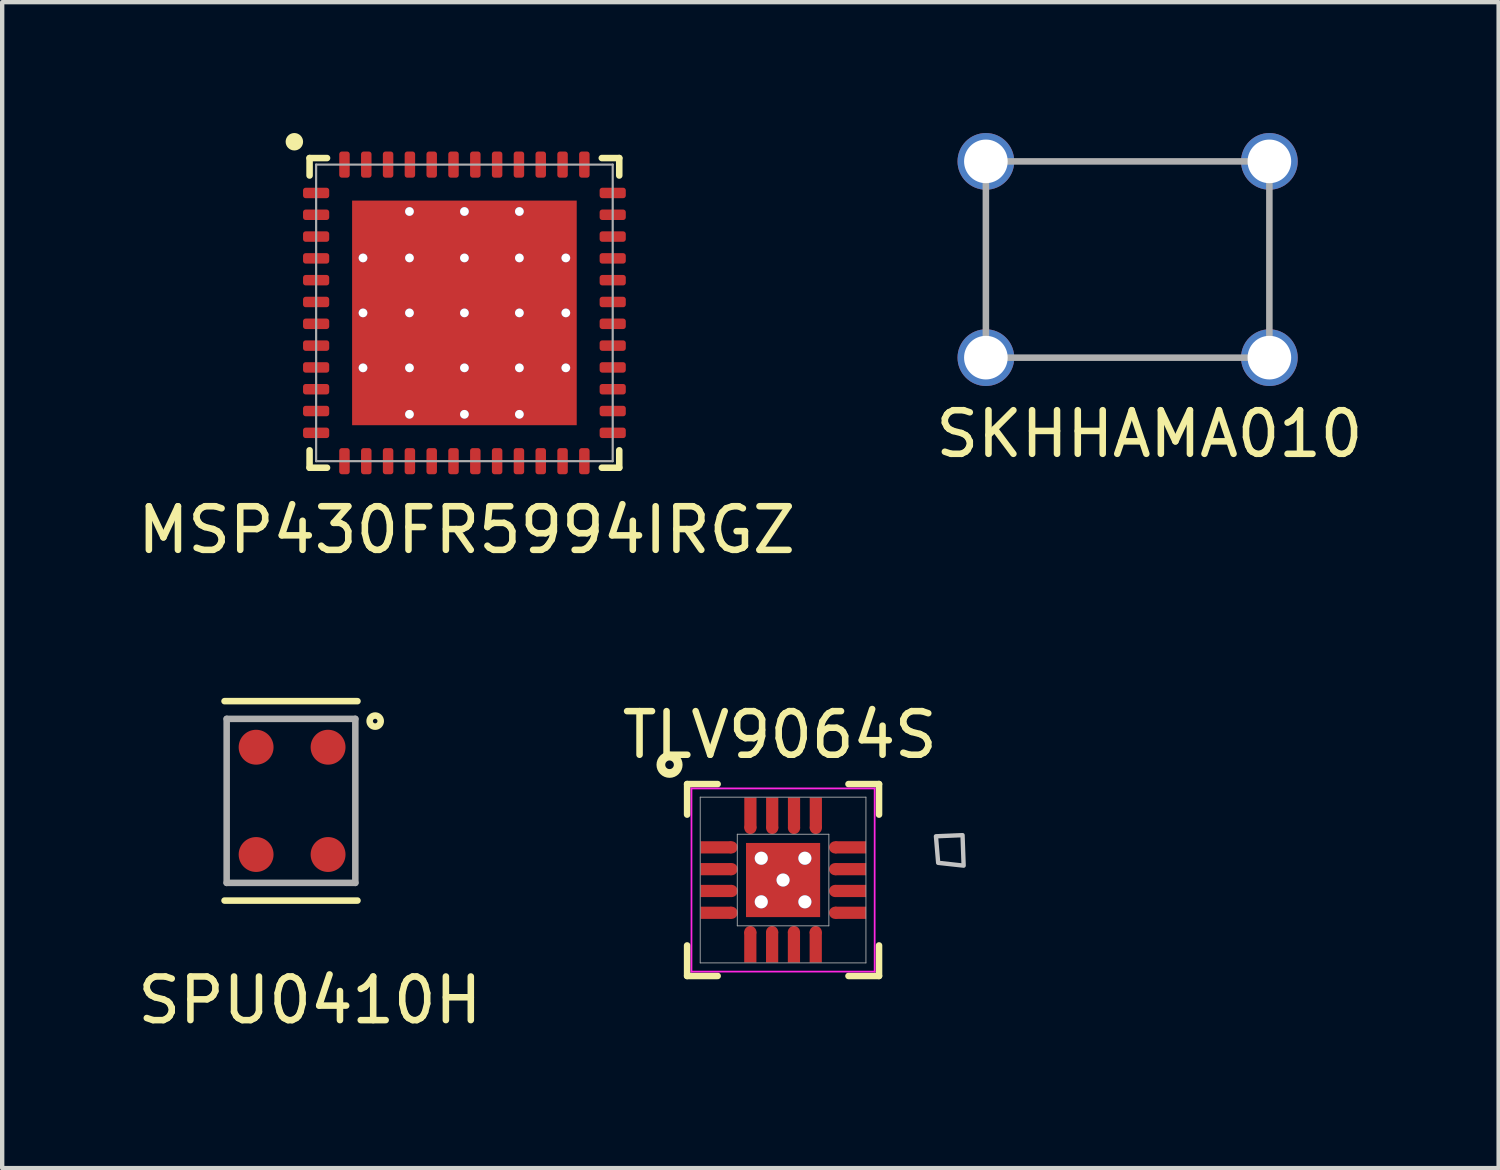
<source format=kicad_pcb>
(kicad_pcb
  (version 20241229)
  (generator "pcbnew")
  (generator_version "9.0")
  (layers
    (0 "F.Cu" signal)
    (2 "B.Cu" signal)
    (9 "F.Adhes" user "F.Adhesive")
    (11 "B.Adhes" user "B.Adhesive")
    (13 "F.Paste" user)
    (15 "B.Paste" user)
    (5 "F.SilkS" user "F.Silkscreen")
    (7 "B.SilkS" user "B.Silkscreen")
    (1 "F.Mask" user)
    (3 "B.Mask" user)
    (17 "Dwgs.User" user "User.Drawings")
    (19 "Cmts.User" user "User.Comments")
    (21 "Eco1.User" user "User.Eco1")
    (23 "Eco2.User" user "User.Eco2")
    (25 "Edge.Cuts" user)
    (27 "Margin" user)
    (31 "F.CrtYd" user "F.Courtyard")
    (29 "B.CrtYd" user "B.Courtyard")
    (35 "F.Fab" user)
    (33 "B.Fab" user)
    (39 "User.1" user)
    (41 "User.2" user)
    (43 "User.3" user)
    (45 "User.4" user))
  (footprint "SPU0410H"
    (layer "F.Cu")
    (at 3.622 15.312)
    (property "Reference" "SPU0410H" (at 0.432 4.572 0) (layer "F.SilkS") (effects (font (size 1 1) (thickness 0.15))))
    (attr through_hole)
    (fp_line (start -1.524 -2.286) (end 1.524 -2.286) (stroke (width 0.15) (type solid)) (layer "F.SilkS"))
    (fp_line (start -1.524 2.286) (end 1.524 2.286) (stroke (width 0.15) (type solid)) (layer "F.SilkS"))
    (fp_circle (center 1.93 -1.829) (end 1.854 -1.727) (stroke (width 0.15) (type solid)) (fill no) (layer "F.SilkS"))
    (fp_line (start -1.475 -1.88) (end 1.475 -1.88) (stroke (width 0.15) (type solid)) (layer "F.Fab"))
    (fp_line (start -1.475 1.88) (end -1.475 -1.88) (stroke (width 0.15) (type solid)) (layer "F.Fab"))
    (fp_line (start 1.475 -1.88) (end 1.475 1.88) (stroke (width 0.15) (type solid)) (layer "F.Fab"))
    (fp_line (start 1.475 1.88) (end -1.475 1.88) (stroke (width 0.15) (type solid)) (layer "F.Fab"))
    (pad "1" smd circle (at 0.85 -1.23) (size 0.8 0.8) (layers "F.Cu" "F.Mask" "F.Paste"))
    (pad "2" smd circle (at 0.85 1.23) (size 0.8 0.8) (layers "F.Cu" "F.Mask" "F.Paste"))
    (pad "3" smd circle (at -0.8 1.23) (size 0.8 0.8) (layers "F.Cu" "F.Mask" "F.Paste"))
    (pad "4" smd circle (at -0.8 -1.23) (size 0.8 0.8) (layers "F.Cu" "F.Mask" "F.Paste")))
  (footprint "SKHHAMA010"
    (layer "F.Cu")
    (at 22.804 2.9)
    (property "Reference" "SKHHAMA010" (at 0.5 4 0) (layer "F.SilkS") (effects (font (size 1 1) (thickness 0.15))))
    (attr through_hole)
    (fp_line (start -3.25 -2.25) (end 3.25 -2.25) (stroke (width 0.15) (type solid)) (layer "F.Fab"))
    (fp_line (start -3.25 2.25) (end -3.25 -2.25) (stroke (width 0.15) (type solid)) (layer "F.Fab"))
    (fp_line (start 3.25 -2.25) (end 3.25 2.25) (stroke (width 0.15) (type solid)) (layer "F.Fab"))
    (fp_line (start 3.25 2.25) (end -3.25 2.25) (stroke (width 0.15) (type solid)) (layer "F.Fab"))
    (pad "1" thru_hole circle (at -3.25 -2.25) (size 1.3 1.3) (drill 1) (layers "*.Cu" "*.Mask"))
    (pad "1" thru_hole circle (at 3.25 -2.25) (size 1.3 1.3) (drill 1) (layers "*.Cu" "*.Mask"))
    (pad "2" thru_hole circle (at -3.25 2.25) (size 1.3 1.3) (drill 1) (layers "*.Cu" "*.Mask"))
    (pad "2" thru_hole circle (at 3.25 2.25) (size 1.3 1.3) (drill 1) (layers "*.Cu" "*.Mask")))
  (footprint "MSP430FR5994IRGZ"
    (layer "F.Cu")
    (at 7.598 4.124)
    (property "Reference" "MSP430FR5994IRGZ" (at 0.051 4.978 0) (layer "F.SilkS") (effects (font (size 1 1) (thickness 0.15))))
    (attr through_hole)
    (fp_line (start -3.55 -3.55) (end -3.55 -3.15) (stroke (width 0.15) (type solid)) (layer "F.SilkS"))
    (fp_line (start -3.55 -3.55) (end -3.15 -3.55) (stroke (width 0.15) (type solid)) (layer "F.SilkS"))
    (fp_line (start -3.55 3.15) (end -3.55 3.55) (stroke (width 0.15) (type solid)) (layer "F.SilkS"))
    (fp_line (start -3.55 3.55) (end -3.15 3.55) (stroke (width 0.15) (type solid)) (layer "F.SilkS"))
    (fp_line (start 3.15 -3.55) (end 3.55 -3.55) (stroke (width 0.15) (type solid)) (layer "F.SilkS"))
    (fp_line (start 3.15 3.55) (end 3.55 3.55) (stroke (width 0.15) (type solid)) (layer "F.SilkS"))
    (fp_line (start 3.55 -3.55) (end 3.55 -3.15) (stroke (width 0.15) (type solid)) (layer "F.SilkS"))
    (fp_line (start 3.55 3.15) (end 3.55 3.55) (stroke (width 0.15) (type solid)) (layer "F.SilkS"))
    (fp_circle (center -3.899 -3.924) (end -3.799 -3.924) (stroke (width 0.2) (type solid)) (fill no) (layer "F.SilkS"))
    (fp_line (start -3.4 -3.4) (end 3.4 -3.4) (stroke (width 0.05) (type solid)) (layer "F.Fab"))
    (fp_line (start -3.4 3.4) (end -3.4 -3.4) (stroke (width 0.05) (type solid)) (layer "F.Fab"))
    (fp_line (start 3.4 -3.4) (end 3.4 3.4) (stroke (width 0.05) (type solid)) (layer "F.Fab"))
    (fp_line (start 3.4 3.4) (end -3.4 3.4) (stroke (width 0.05) (type solid)) (layer "F.Fab"))
    (pad "" smd roundrect (at -1.892 -1.791 90) (size 0.9 0.9) (layers "F.Paste") (roundrect_rratio 0.25))
    (pad "" smd roundrect (at -1.892 -0.622 90) (size 0.9 0.9) (layers "F.Paste") (roundrect_rratio 0.25))
    (pad "" smd roundrect (at -1.892 0.66 90) (size 0.9 0.9) (layers "F.Paste") (roundrect_rratio 0.25))
    (pad "" smd roundrect (at -1.88 1.803 90) (size 0.9 0.9) (layers "F.Paste") (roundrect_rratio 0.25))
    (pad "" smd roundrect (at -0.632 -1.791 90) (size 0.9 0.9) (layers "F.Paste") (roundrect_rratio 0.25))
    (pad "" smd roundrect (at -0.632 -0.622 90) (size 0.9 0.9) (layers "F.Paste") (roundrect_rratio 0.25))
    (pad "" smd roundrect (at -0.632 0.66 90) (size 0.9 0.9) (layers "F.Paste") (roundrect_rratio 0.25))
    (pad "" smd roundrect (at -0.62 1.803 90) (size 0.9 0.9) (layers "F.Paste") (roundrect_rratio 0.25))
    (pad "" smd roundrect (at 0.628 -1.791 90) (size 0.9 0.9) (layers "F.Paste") (roundrect_rratio 0.25))
    (pad "" smd roundrect (at 0.628 -0.622 90) (size 0.9 0.9) (layers "F.Paste") (roundrect_rratio 0.25))
    (pad "" smd roundrect (at 0.628 0.66 90) (size 0.9 0.9) (layers "F.Paste") (roundrect_rratio 0.25))
    (pad "" smd roundrect (at 0.64 1.803 90) (size 0.9 0.9) (layers "F.Paste") (roundrect_rratio 0.25))
    (pad "" smd roundrect (at 1.888 -1.791 90) (size 0.9 0.9) (layers "F.Paste") (roundrect_rratio 0.25))
    (pad "" smd roundrect (at 1.888 -0.622 90) (size 0.9 0.9) (layers "F.Paste") (roundrect_rratio 0.25))
    (pad "" smd roundrect (at 1.888 0.66 90) (size 0.9 0.9) (layers "F.Paste") (roundrect_rratio 0.25))
    (pad "" smd roundrect (at 1.9 1.803 90) (size 0.9 0.9) (layers "F.Paste") (roundrect_rratio 0.25))
    (pad "1" smd roundrect (at -3.4 -2.75) (size 0.6 0.24) (layers "F.Cu" "F.Mask" "F.Paste") (roundrect_rratio 0.25))
    (pad "2" smd roundrect (at -3.4 -2.25) (size 0.6 0.24) (layers "F.Cu" "F.Mask" "F.Paste") (roundrect_rratio 0.25))
    (pad "3" smd roundrect (at -3.4 -1.75) (size 0.6 0.24) (layers "F.Cu" "F.Mask" "F.Paste") (roundrect_rratio 0.25))
    (pad "4" smd roundrect (at -3.4 -1.25) (size 0.6 0.24) (layers "F.Cu" "F.Mask" "F.Paste") (roundrect_rratio 0.25))
    (pad "5" smd roundrect (at -3.4 -0.75) (size 0.6 0.24) (layers "F.Cu" "F.Mask" "F.Paste") (roundrect_rratio 0.25))
    (pad "6" smd roundrect (at -3.4 -0.25) (size 0.6 0.24) (layers "F.Cu" "F.Mask" "F.Paste") (roundrect_rratio 0.25))
    (pad "7" smd roundrect (at -3.4 0.25) (size 0.6 0.24) (layers "F.Cu" "F.Mask" "F.Paste") (roundrect_rratio 0.25))
    (pad "8" smd roundrect (at -3.4 0.75) (size 0.6 0.24) (layers "F.Cu" "F.Mask" "F.Paste") (roundrect_rratio 0.25))
    (pad "9" smd roundrect (at -3.4 1.25) (size 0.6 0.24) (layers "F.Cu" "F.Mask" "F.Paste") (roundrect_rratio 0.25))
    (pad "10" smd roundrect (at -3.4 1.75) (size 0.6 0.24) (layers "F.Cu" "F.Mask" "F.Paste") (roundrect_rratio 0.25))
    (pad "11" smd roundrect (at -3.4 2.25) (size 0.6 0.24) (layers "F.Cu" "F.Mask" "F.Paste") (roundrect_rratio 0.25))
    (pad "12" smd roundrect (at -3.4 2.75) (size 0.6 0.24) (layers "F.Cu" "F.Mask" "F.Paste") (roundrect_rratio 0.25))
    (pad "13" smd roundrect (at -2.75 3.4 90) (size 0.6 0.24) (layers "F.Cu" "F.Mask" "F.Paste") (roundrect_rratio 0.25))
    (pad "14" smd roundrect (at -2.25 3.4 90) (size 0.6 0.24) (layers "F.Cu" "F.Mask" "F.Paste") (roundrect_rratio 0.25))
    (pad "15" smd roundrect (at -1.75 3.4 90) (size 0.6 0.24) (layers "F.Cu" "F.Mask" "F.Paste") (roundrect_rratio 0.25))
    (pad "16" smd roundrect (at -1.25 3.4 90) (size 0.6 0.24) (layers "F.Cu" "F.Mask" "F.Paste") (roundrect_rratio 0.25))
    (pad "17" smd roundrect (at -0.75 3.4 90) (size 0.6 0.24) (layers "F.Cu" "F.Mask" "F.Paste") (roundrect_rratio 0.25))
    (pad "18" smd roundrect (at -0.25 3.4 90) (size 0.6 0.24) (layers "F.Cu" "F.Mask" "F.Paste") (roundrect_rratio 0.25))
    (pad "19" smd roundrect (at 0.25 3.4 90) (size 0.6 0.24) (layers "F.Cu" "F.Mask" "F.Paste") (roundrect_rratio 0.25))
    (pad "20" smd roundrect (at 0.75 3.4 90) (size 0.6 0.24) (layers "F.Cu" "F.Mask" "F.Paste") (roundrect_rratio 0.25))
    (pad "21" smd roundrect (at 1.25 3.4 90) (size 0.6 0.24) (layers "F.Cu" "F.Mask" "F.Paste") (roundrect_rratio 0.25))
    (pad "22" smd roundrect (at 1.75 3.4 90) (size 0.6 0.24) (layers "F.Cu" "F.Mask" "F.Paste") (roundrect_rratio 0.25))
    (pad "23" smd roundrect (at 2.25 3.4 90) (size 0.6 0.24) (layers "F.Cu" "F.Mask" "F.Paste") (roundrect_rratio 0.25))
    (pad "24" smd roundrect (at 2.75 3.4 90) (size 0.6 0.24) (layers "F.Cu" "F.Mask" "F.Paste") (roundrect_rratio 0.25))
    (pad "25" smd roundrect (at 3.4 2.75) (size 0.6 0.24) (layers "F.Cu" "F.Mask" "F.Paste") (roundrect_rratio 0.25))
    (pad "26" smd roundrect (at 3.4 2.25) (size 0.6 0.24) (layers "F.Cu" "F.Mask" "F.Paste") (roundrect_rratio 0.25))
    (pad "27" smd roundrect (at 3.4 1.75) (size 0.6 0.24) (layers "F.Cu" "F.Mask" "F.Paste") (roundrect_rratio 0.25))
    (pad "28" smd roundrect (at 3.4 1.25) (size 0.6 0.24) (layers "F.Cu" "F.Mask" "F.Paste") (roundrect_rratio 0.25))
    (pad "29" smd roundrect (at 3.4 0.75) (size 0.6 0.24) (layers "F.Cu" "F.Mask" "F.Paste") (roundrect_rratio 0.25))
    (pad "30" smd roundrect (at 3.4 0.25) (size 0.6 0.24) (layers "F.Cu" "F.Mask" "F.Paste") (roundrect_rratio 0.25))
    (pad "31" smd roundrect (at 3.4 -0.25) (size 0.6 0.24) (layers "F.Cu" "F.Mask" "F.Paste") (roundrect_rratio 0.25))
    (pad "32" smd roundrect (at 3.4 -0.75) (size 0.6 0.24) (layers "F.Cu" "F.Mask" "F.Paste") (roundrect_rratio 0.25))
    (pad "33" smd roundrect (at 3.4 -1.25) (size 0.6 0.24) (layers "F.Cu" "F.Mask" "F.Paste") (roundrect_rratio 0.25))
    (pad "34" smd roundrect (at 3.4 -1.75) (size 0.6 0.24) (layers "F.Cu" "F.Mask" "F.Paste") (roundrect_rratio 0.25))
    (pad "35" smd roundrect (at 3.4 -2.25) (size 0.6 0.24) (layers "F.Cu" "F.Mask" "F.Paste") (roundrect_rratio 0.25))
    (pad "36" smd roundrect (at 3.4 -2.75) (size 0.6 0.24) (layers "F.Cu" "F.Mask" "F.Paste") (roundrect_rratio 0.25))
    (pad "37" smd roundrect (at 2.75 -3.4 270) (size 0.6 0.24) (layers "F.Cu" "F.Mask" "F.Paste") (roundrect_rratio 0.25))
    (pad "38" smd roundrect (at 2.25 -3.4 270) (size 0.6 0.24) (layers "F.Cu" "F.Mask" "F.Paste") (roundrect_rratio 0.25))
    (pad "39" smd roundrect (at 1.75 -3.4 270) (size 0.6 0.24) (layers "F.Cu" "F.Mask" "F.Paste") (roundrect_rratio 0.25))
    (pad "40" smd roundrect (at 1.25 -3.4 270) (size 0.6 0.24) (layers "F.Cu" "F.Mask" "F.Paste") (roundrect_rratio 0.25))
    (pad "41" smd roundrect (at 0.75 -3.4 270) (size 0.6 0.24) (layers "F.Cu" "F.Mask" "F.Paste") (roundrect_rratio 0.25))
    (pad "42" smd roundrect (at 0.25 -3.4 270) (size 0.6 0.24) (layers "F.Cu" "F.Mask" "F.Paste") (roundrect_rratio 0.25))
    (pad "43" smd roundrect (at -0.25 -3.4 270) (size 0.6 0.24) (layers "F.Cu" "F.Mask" "F.Paste") (roundrect_rratio 0.25))
    (pad "44" smd roundrect (at -0.75 -3.4 270) (size 0.6 0.24) (layers "F.Cu" "F.Mask" "F.Paste") (roundrect_rratio 0.25))
    (pad "45" smd roundrect (at -1.25 -3.4 270) (size 0.6 0.24) (layers "F.Cu" "F.Mask" "F.Paste") (roundrect_rratio 0.25))
    (pad "46" smd roundrect (at -1.75 -3.4 270) (size 0.6 0.24) (layers "F.Cu" "F.Mask" "F.Paste") (roundrect_rratio 0.25))
    (pad "47" smd roundrect (at -2.25 -3.4 270) (size 0.6 0.24) (layers "F.Cu" "F.Mask" "F.Paste") (roundrect_rratio 0.25))
    (pad "48" smd roundrect (at -2.75 -3.4 270) (size 0.6 0.24) (layers "F.Cu" "F.Mask" "F.Paste") (roundrect_rratio 0.25))
    (pad "49" thru_hole circle (at -2.325 -1.26 270) (size 0.2 0.2) (drill 0.2) (layers "*.Cu" "*.Mask"))
    (pad "49" thru_hole circle (at -2.325 0 270) (size 0.2 0.2) (drill 0.2) (layers "*.Cu" "*.Mask"))
    (pad "49" thru_hole circle (at -2.325 1.26 270) (size 0.2 0.2) (drill 0.2) (layers "*.Cu" "*.Mask"))
    (pad "49" thru_hole circle (at -1.26 -2.325) (size 0.2 0.2) (drill 0.2) (layers "*.Cu" "*.Mask"))
    (pad "49" thru_hole circle (at -1.26 -1.26) (size 0.2 0.2) (drill 0.2) (layers "*.Cu" "*.Mask"))
    (pad "49" thru_hole circle (at -1.26 0) (size 0.2 0.2) (drill 0.2) (layers "*.Cu" "*.Mask"))
    (pad "49" thru_hole circle (at -1.26 1.26) (size 0.2 0.2) (drill 0.2) (layers "*.Cu" "*.Mask"))
    (pad "49" thru_hole circle (at -1.26 2.325) (size 0.2 0.2) (drill 0.2) (layers "*.Cu" "*.Mask"))
    (pad "49" thru_hole circle (at 0 -2.325) (size 0.2 0.2) (drill 0.2) (layers "*.Cu" "*.Mask"))
    (pad "49" thru_hole circle (at 0 -1.26) (size 0.2 0.2) (drill 0.2) (layers "*.Cu" "*.Mask"))
    (pad "49" thru_hole circle (at 0 0) (size 0.2 0.2) (drill 0.2) (layers "*.Cu" "*.Mask"))
    (pad "49" smd rect (at 0 0 90) (size 5.15 5.15) (layers "F.Cu" "F.Mask"))
    (pad "49" thru_hole circle (at 0 1.26) (size 0.2 0.2) (drill 0.2) (layers "*.Cu" "*.Mask"))
    (pad "49" thru_hole circle (at 0 2.325) (size 0.2 0.2) (drill 0.2) (layers "*.Cu" "*.Mask"))
    (pad "49" thru_hole circle (at 1.26 -2.325) (size 0.2 0.2) (drill 0.2) (layers "*.Cu" "*.Mask"))
    (pad "49" thru_hole circle (at 1.26 -1.26) (size 0.2 0.2) (drill 0.2) (layers "*.Cu" "*.Mask"))
    (pad "49" thru_hole circle (at 1.26 0) (size 0.2 0.2) (drill 0.2) (layers "*.Cu" "*.Mask"))
    (pad "49" thru_hole circle (at 1.26 1.26) (size 0.2 0.2) (drill 0.2) (layers "*.Cu" "*.Mask"))
    (pad "49" thru_hole circle (at 1.26 2.325) (size 0.2 0.2) (drill 0.2) (layers "*.Cu" "*.Mask"))
    (pad "49" thru_hole circle (at 2.325 -1.26 270) (size 0.2 0.2) (drill 0.2) (layers "*.Cu" "*.Mask"))
    (pad "49" thru_hole circle (at 2.325 0 270) (size 0.2 0.2) (drill 0.2) (layers "*.Cu" "*.Mask"))
    (pad "49" thru_hole circle (at 2.325 1.26 270) (size 0.2 0.2) (drill 0.2) (layers "*.Cu" "*.Mask")))
  (footprint "TLV9064S"
    (layer "F.Cu")
    (at 14.904 17.127)
    (property "Reference" "TLV9064S" (at -0.076 -3.327 0) (layer "F.SilkS") (effects (font (size 1 1) (thickness 0.15))))
    (attr through_hole)
    (fp_line (start -2.2 -2.2) (end -1.5 -2.2) (stroke (width 0.15) (type solid)) (layer "F.SilkS"))
    (fp_line (start -2.2 -1.5) (end -2.2 -2.2) (stroke (width 0.15) (type solid)) (layer "F.SilkS"))
    (fp_line (start -2.2 2.2) (end -2.2 1.5) (stroke (width 0.15) (type solid)) (layer "F.SilkS"))
    (fp_line (start -2.2 2.2) (end -1.5 2.2) (stroke (width 0.15) (type solid)) (layer "F.SilkS"))
    (fp_line (start 1.5 -2.2) (end 2.2 -2.2) (stroke (width 0.15) (type solid)) (layer "F.SilkS"))
    (fp_line (start 1.5 2.2) (end 2.2 2.2) (stroke (width 0.15) (type solid)) (layer "F.SilkS"))
    (fp_line (start 2.2 -1.5) (end 2.2 -2.2) (stroke (width 0.15) (type solid)) (layer "F.SilkS"))
    (fp_line (start 2.2 2.2) (end 2.2 1.5) (stroke (width 0.15) (type solid)) (layer "F.SilkS"))
    (fp_circle (center -2.603 -2.642) (end -2.404 -2.642) (stroke (width 0.2) (type solid)) (fill no) (layer "F.SilkS"))
    (fp_poly (pts (xy 4.14 -0.33) (xy 3.556 -0.394) (xy 3.505 -1.003) (xy 4.115 -1.029)) (stroke (width 0.1) (type solid)) (fill no) (layer "Dwgs.User"))
    (fp_line (start -2.1 -2.1) (end -2.1 2.1) (stroke (width 0.04) (type solid)) (layer "F.CrtYd"))
    (fp_line (start -2.1 -2.1) (end 2.1 -2.1) (stroke (width 0.04) (type solid)) (layer "F.CrtYd"))
    (fp_line (start -2.1 2.1) (end 2.1 2.1) (stroke (width 0.04) (type solid)) (layer "F.CrtYd"))
    (fp_line (start 2.1 -2.1) (end 2.1 2.1) (stroke (width 0.04) (type solid)) (layer "F.CrtYd"))
    (fp_line (start -1.9 -1.9) (end -1.9 1.9) (stroke (width 0.02) (type solid)) (layer "F.Fab"))
    (fp_line (start -1.9 -1.9) (end 1.9 -1.9) (stroke (width 0.02) (type solid)) (layer "F.Fab"))
    (fp_line (start -1.9 1.9) (end 1.9 1.9) (stroke (width 0.02) (type solid)) (layer "F.Fab"))
    (fp_line (start -1.05 -1.05) (end -1.05 1.05) (stroke (width 0.02) (type solid)) (layer "F.Fab"))
    (fp_line (start -1.05 -1.05) (end 1.05 -1.05) (stroke (width 0.02) (type solid)) (layer "F.Fab"))
    (fp_line (start -1.05 1.05) (end 1.05 1.05) (stroke (width 0.02) (type solid)) (layer "F.Fab"))
    (fp_line (start 1.05 -1.05) (end 1.05 1.05) (stroke (width 0.02) (type solid)) (layer "F.Fab"))
    (fp_line (start 1.9 -1.9) (end 1.9 1.9) (stroke (width 0.02) (type solid)) (layer "F.Fab"))
    (pad "" smd rect (at -0.445 -0.457) (size 0.6 0.6) (layers "F.Paste"))
    (pad "" smd rect (at -0.445 0.443) (size 0.6 0.6) (layers "F.Paste"))
    (pad "" smd rect (at 0.456 -0.457) (size 0.6 0.6) (layers "F.Paste"))
    (pad "" smd rect (at 0.456 0.443) (size 0.6 0.6) (layers "F.Paste"))
    (pad "1" smd rect (at -1.537 -0.749 180) (size 0.71 0.28) (layers "F.Cu" "F.Mask" "F.Paste"))
    (pad "1" smd circle (at -1.181 -0.749 270) (size 0.28 0.28) (layers "F.Cu" "F.Mask" "F.Paste"))
    (pad "2" smd rect (at -1.537 -0.249 180) (size 0.71 0.28) (layers "F.Cu" "F.Mask" "F.Paste"))
    (pad "2" smd circle (at -1.181 -0.249 270) (size 0.28 0.28) (layers "F.Cu" "F.Mask" "F.Paste"))
    (pad "3" smd rect (at -1.537 0.251 180) (size 0.71 0.28) (layers "F.Cu" "F.Mask" "F.Paste"))
    (pad "3" smd circle (at -1.181 0.251 270) (size 0.28 0.28) (layers "F.Cu" "F.Mask" "F.Paste"))
    (pad "4" smd rect (at -1.537 0.751 180) (size 0.71 0.28) (layers "F.Cu" "F.Mask" "F.Paste"))
    (pad "4" smd circle (at -1.181 0.751 270) (size 0.28 0.28) (layers "F.Cu" "F.Mask" "F.Paste"))
    (pad "5" smd circle (at -0.751 1.194 270) (size 0.28 0.28) (layers "F.Cu" "F.Mask" "F.Paste"))
    (pad "5" smd rect (at -0.751 1.537 270) (size 0.71 0.28) (layers "F.Cu" "F.Mask" "F.Paste"))
    (pad "6" smd circle (at -0.251 1.194 270) (size 0.28 0.28) (layers "F.Cu" "F.Mask" "F.Paste"))
    (pad "6" smd rect (at -0.251 1.537 270) (size 0.71 0.28) (layers "F.Cu" "F.Mask" "F.Paste"))
    (pad "7" smd circle (at 0.249 1.194 270) (size 0.28 0.28) (layers "F.Cu" "F.Mask" "F.Paste"))
    (pad "7" smd rect (at 0.249 1.537 270) (size 0.71 0.28) (layers "F.Cu" "F.Mask" "F.Paste"))
    (pad "8" smd circle (at 0.749 1.194 270) (size 0.28 0.28) (layers "F.Cu" "F.Mask" "F.Paste"))
    (pad "8" smd rect (at 0.749 1.537 270) (size 0.71 0.28) (layers "F.Cu" "F.Mask" "F.Paste"))
    (pad "9" smd circle (at 1.194 0.751 90) (size 0.28 0.28) (layers "F.Cu" "F.Mask" "F.Paste"))
    (pad "9" smd rect (at 1.549 0.751) (size 0.71 0.28) (layers "F.Cu" "F.Mask" "F.Paste"))
    (pad "10" smd circle (at 1.194 0.251 90) (size 0.28 0.28) (layers "F.Cu" "F.Mask" "F.Paste"))
    (pad "10" smd rect (at 1.549 0.251) (size 0.71 0.28) (layers "F.Cu" "F.Mask" "F.Paste"))
    (pad "11" smd circle (at 1.194 -0.249 90) (size 0.28 0.28) (layers "F.Cu" "F.Mask" "F.Paste"))
    (pad "11" smd rect (at 1.549 -0.249) (size 0.71 0.28) (layers "F.Cu" "F.Mask" "F.Paste"))
    (pad "12" smd circle (at 1.194 -0.749 90) (size 0.28 0.28) (layers "F.Cu" "F.Mask" "F.Paste"))
    (pad "12" smd rect (at 1.549 -0.749) (size 0.71 0.28) (layers "F.Cu" "F.Mask" "F.Paste"))
    (pad "13" smd rect (at 0.751 -1.537 90) (size 0.71 0.28) (layers "F.Cu" "F.Mask" "F.Paste"))
    (pad "13" smd circle (at 0.751 -1.194 90) (size 0.28 0.28) (layers "F.Cu" "F.Mask" "F.Paste"))
    (pad "14" smd rect (at 0.251 -1.537 90) (size 0.71 0.28) (layers "F.Cu" "F.Mask" "F.Paste"))
    (pad "14" smd circle (at 0.251 -1.194 90) (size 0.28 0.28) (layers "F.Cu" "F.Mask" "F.Paste"))
    (pad "15" smd rect (at -0.249 -1.537 90) (size 0.71 0.28) (layers "F.Cu" "F.Mask" "F.Paste"))
    (pad "15" smd circle (at -0.249 -1.194 90) (size 0.28 0.28) (layers "F.Cu" "F.Mask" "F.Paste"))
    (pad "16" smd rect (at -0.749 -1.537 90) (size 0.71 0.28) (layers "F.Cu" "F.Mask" "F.Paste"))
    (pad "16" smd circle (at -0.749 -1.194 90) (size 0.28 0.28) (layers "F.Cu" "F.Mask" "F.Paste"))
    (pad "17" thru_hole circle (at -0.5 -0.5 180) (size 0.3 0.3) (drill 0.3) (layers "*.Cu" "*.Mask"))
    (pad "17" thru_hole circle (at -0.5 0.5 180) (size 0.3 0.3) (drill 0.3) (layers "*.Cu" "*.Mask"))
    (pad "17" thru_hole circle (at 0 0 180) (size 0.3 0.3) (drill 0.3) (layers "*.Cu" "*.Mask"))
    (pad "17" smd rect (at 0 0 180) (size 1.7 1.7) (layers "F.Cu" "F.Mask"))
    (pad "17" thru_hole circle (at 0.5 -0.5 180) (size 0.3 0.3) (drill 0.3) (layers "*.Cu" "*.Mask"))
    (pad "17" thru_hole circle (at 0.5 0.5 180) (size 0.3 0.3) (drill 0.3) (layers "*.Cu" "*.Mask")))
  (gr_rect
    (start -3 -3)
    (end 31.31 23.732)
    (stroke (width 0.1) (type default))
    (fill no)
    (layer "Edge.Cuts")))
</source>
